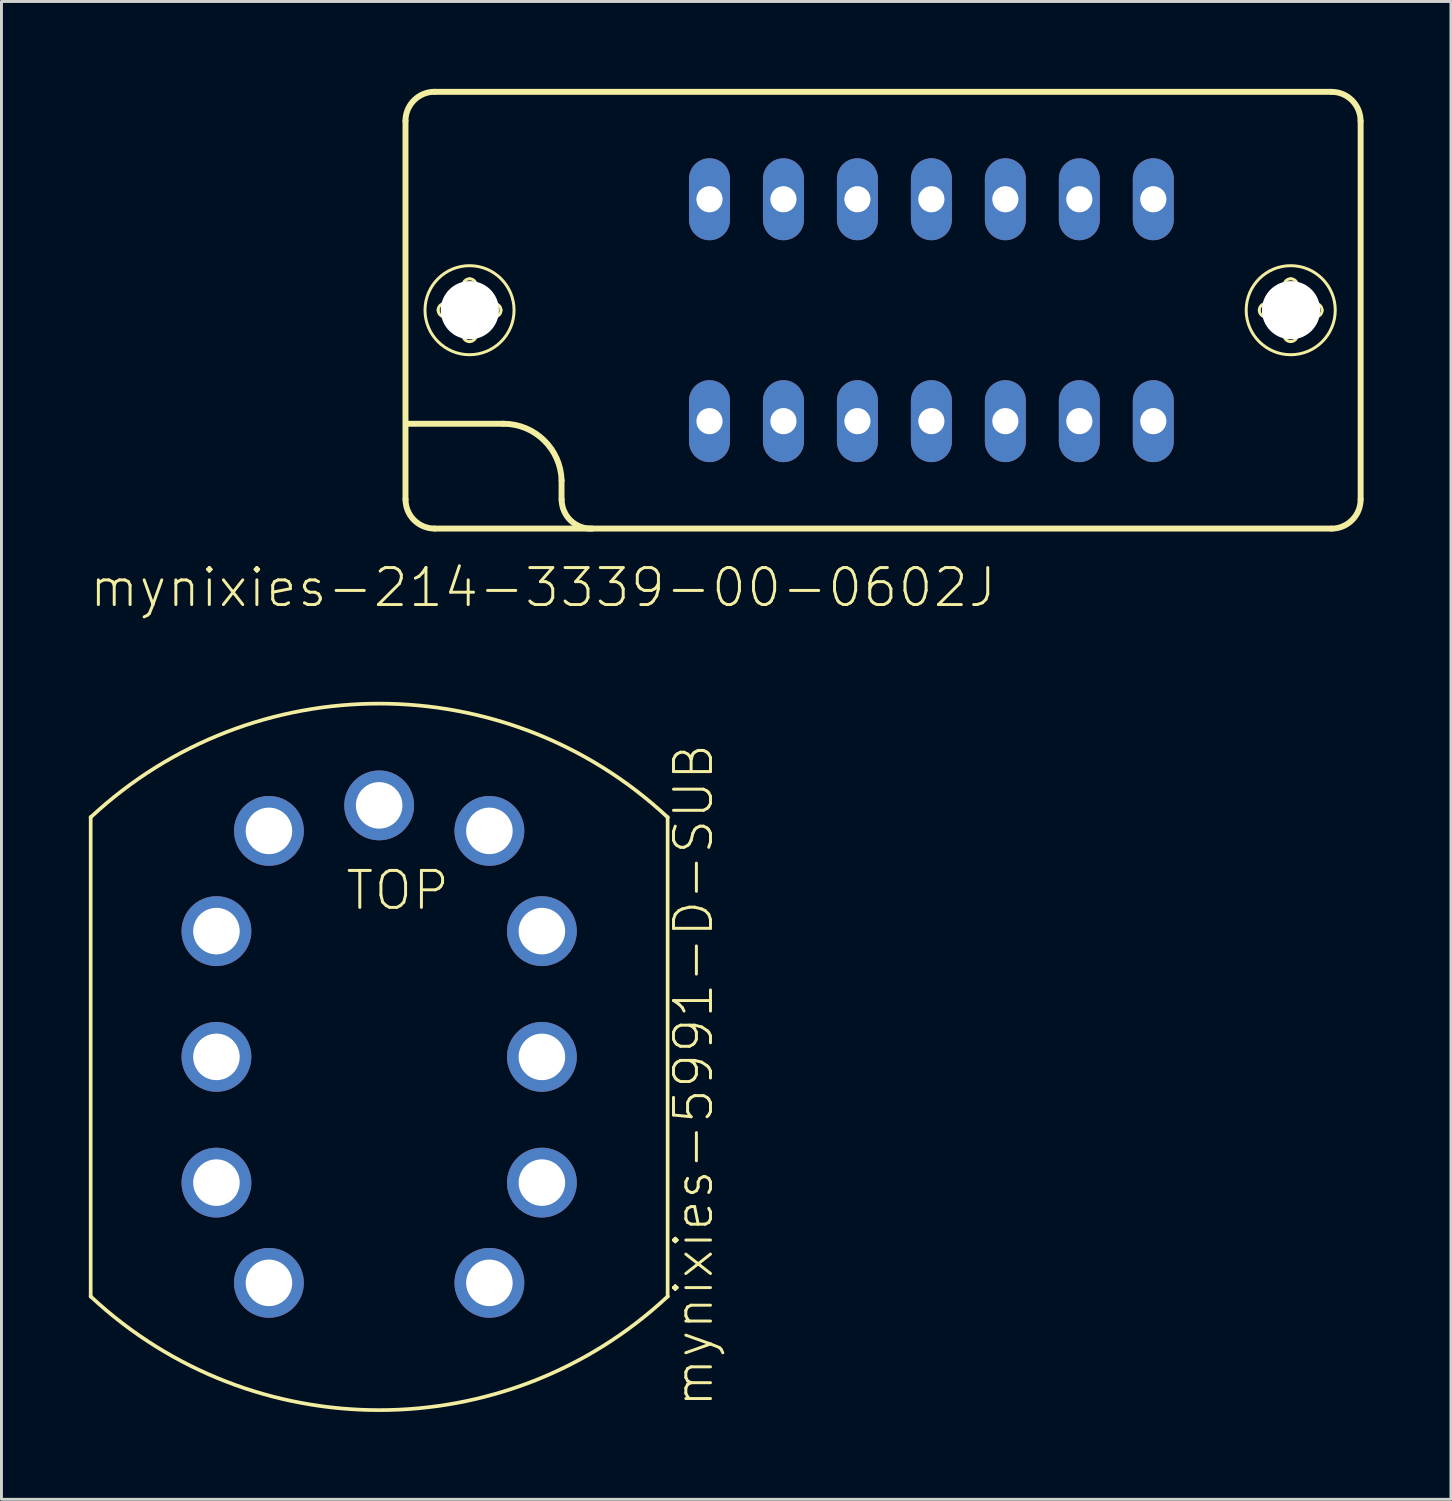
<source format=kicad_pcb>
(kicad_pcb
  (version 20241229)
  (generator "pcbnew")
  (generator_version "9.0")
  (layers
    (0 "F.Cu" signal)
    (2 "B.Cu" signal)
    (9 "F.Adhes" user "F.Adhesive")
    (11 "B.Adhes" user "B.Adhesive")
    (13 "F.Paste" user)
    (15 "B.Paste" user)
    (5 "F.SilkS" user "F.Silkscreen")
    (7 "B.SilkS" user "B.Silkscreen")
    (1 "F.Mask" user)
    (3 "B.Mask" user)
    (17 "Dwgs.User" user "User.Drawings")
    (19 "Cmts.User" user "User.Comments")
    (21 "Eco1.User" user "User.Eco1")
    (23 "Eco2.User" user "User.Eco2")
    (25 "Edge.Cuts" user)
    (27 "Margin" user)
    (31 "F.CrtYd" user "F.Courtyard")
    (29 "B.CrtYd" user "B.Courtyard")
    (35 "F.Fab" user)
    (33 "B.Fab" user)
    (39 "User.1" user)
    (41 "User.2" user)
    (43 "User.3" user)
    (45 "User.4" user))
  (footprint "mynixies-214-3339-00-0602J"
    (layer "F.Cu")
    (at 28.933 7.602)
    (property "Reference" "mynixies-214-3339-00-0602J" (at -13.335 9.525 0) (layer "F.SilkS") (effects (font (size 1.27 1.27) (thickness 0.102))))
    (attr exclude_from_pos_files exclude_from_bom)
    (fp_line (start -18.059 6.5) (end -18.059 -6.5) (stroke (width 0.203) (type solid)) (layer "F.SilkS"))
    (fp_line (start -17.948 3.899) (end -14.699 3.899) (stroke (width 0.203) (type solid)) (layer "F.SilkS"))
    (fp_line (start -17.059 -7.498) (end 13.739 -7.498) (stroke (width 0.203) (type solid)) (layer "F.SilkS"))
    (fp_line (start -16.708 -0.229) (end -16.159 -0.229) (stroke (width 0.102) (type solid)) (layer "F.SilkS"))
    (fp_line (start -16.17 0.229) (end -16.708 0.229) (stroke (width 0.102) (type solid)) (layer "F.SilkS"))
    (fp_line (start -16.088 -0.31) (end -16.088 -0.848) (stroke (width 0.102) (type solid)) (layer "F.SilkS"))
    (fp_line (start -16.088 0.848) (end -16.088 0.3) (stroke (width 0.102) (type solid)) (layer "F.SilkS"))
    (fp_line (start -15.629 -0.848) (end -15.629 -0.3) (stroke (width 0.102) (type solid)) (layer "F.SilkS"))
    (fp_line (start -15.629 0.31) (end -15.629 0.848) (stroke (width 0.102) (type solid)) (layer "F.SilkS"))
    (fp_line (start -15.55 -0.229) (end -15.009 -0.229) (stroke (width 0.102) (type solid)) (layer "F.SilkS"))
    (fp_line (start -15.009 0.229) (end -15.557 0.229) (stroke (width 0.102) (type solid)) (layer "F.SilkS"))
    (fp_line (start -12.7 5.85) (end -12.7 6.5) (stroke (width 0.203) (type solid)) (layer "F.SilkS"))
    (fp_line (start 11.488 -0.229) (end 12.04 -0.229) (stroke (width 0.102) (type solid)) (layer "F.SilkS"))
    (fp_line (start 12.029 0.229) (end 11.488 0.229) (stroke (width 0.102) (type solid)) (layer "F.SilkS"))
    (fp_line (start 12.108 -0.31) (end 12.108 -0.848) (stroke (width 0.102) (type solid)) (layer "F.SilkS"))
    (fp_line (start 12.108 0.848) (end 12.108 0.3) (stroke (width 0.102) (type solid)) (layer "F.SilkS"))
    (fp_line (start 12.568 -0.848) (end 12.568 -0.3) (stroke (width 0.102) (type solid)) (layer "F.SilkS"))
    (fp_line (start 12.568 0.31) (end 12.568 0.848) (stroke (width 0.102) (type solid)) (layer "F.SilkS"))
    (fp_line (start 12.649 -0.229) (end 13.188 -0.229) (stroke (width 0.102) (type solid)) (layer "F.SilkS"))
    (fp_line (start 13.188 0.229) (end 12.639 0.229) (stroke (width 0.102) (type solid)) (layer "F.SilkS"))
    (fp_line (start 13.739 7.498) (end -17.059 7.498) (stroke (width 0.203) (type solid)) (layer "F.SilkS"))
    (fp_line (start 14.74 -6.5) (end 14.74 6.5) (stroke (width 0.203) (type solid)) (layer "F.SilkS"))
    (fp_arc (start -18.0594 -6.49986) (mid -17.766284 -7.207504) (end -17.05864 -7.50062) (stroke (width 0.2032) (type solid)) (layer "F.SilkS"))
    (fp_arc (start -17.05864 7.49808) (mid -17.764488 7.205708) (end -18.05686 6.49986) (stroke (width 0.2032) (type solid)) (layer "F.SilkS"))
    (fp_arc (start -16.93926 0) (mid -16.871561 -0.163441) (end -16.70812 -0.23114) (stroke (width 0.1016) (type solid)) (layer "F.SilkS"))
    (fp_arc (start -16.70812 0.2286) (mid -16.869765 0.161645) (end -16.93672 0) (stroke (width 0.1016) (type solid)) (layer "F.SilkS"))
    (fp_arc (start -16.16964 0.2286) (mid -16.119351 0.249431) (end -16.09852 0.29972) (stroke (width 0.1016) (type solid)) (layer "F.SilkS"))
    (fp_arc (start -16.08836 -0.84836) (mid -16.021405 -1.010005) (end -15.85976 -1.07696) (stroke (width 0.1016) (type solid)) (layer "F.SilkS"))
    (fp_arc (start -16.08836 -0.29972) (mid -16.109191 -0.249431) (end -16.15948 -0.2286) (stroke (width 0.1016) (type solid)) (layer "F.SilkS"))
    (fp_arc (start -15.85976 -1.0795) (mid -15.696319 -1.011801) (end -15.62862 -0.84836) (stroke (width 0.1016) (type solid)) (layer "F.SilkS"))
    (fp_arc (start -15.85976 1.0795) (mid -16.023201 1.011801) (end -16.0909 0.84836) (stroke (width 0.1016) (type solid)) (layer "F.SilkS"))
    (fp_arc (start -15.62862 0.29972) (mid -15.607789 0.249431) (end -15.5575 0.2286) (stroke (width 0.1016) (type solid)) (layer "F.SilkS"))
    (fp_arc (start -15.62862 0.84836) (mid -15.696319 1.011801) (end -15.85976 1.0795) (stroke (width 0.1016) (type solid)) (layer "F.SilkS"))
    (fp_arc (start -15.5575 -0.2286) (mid -15.607789 -0.249431) (end -15.62862 -0.29972) (stroke (width 0.1016) (type solid)) (layer "F.SilkS"))
    (fp_arc (start -15.00886 -0.2286) (mid -14.847215 -0.161645) (end -14.78026 0) (stroke (width 0.1016) (type solid)) (layer "F.SilkS"))
    (fp_arc (start -14.77772 0) (mid -14.845419 0.163441) (end -15.00886 0.23114) (stroke (width 0.1016) (type solid)) (layer "F.SilkS"))
    (fp_arc (start -14.69898 3.8989) (mid -13.302339 4.466727) (end -12.698146 5.848026) (stroke (width 0.2032) (type solid)) (layer "F.SilkS"))
    (fp_arc (start -11.64844 7.49808) (mid -12.38567 7.223802) (end -12.696085 6.501044) (stroke (width 0.2032) (type solid)) (layer "F.SilkS"))
    (fp_arc (start 11.25982 0) (mid 11.326775 -0.161645) (end 11.48842 -0.2286) (stroke (width 0.1016) (type solid)) (layer "F.SilkS"))
    (fp_arc (start 11.48842 0.2286) (mid 11.326775 0.161645) (end 11.25982 0) (stroke (width 0.1016) (type solid)) (layer "F.SilkS"))
    (fp_arc (start 12.02944 0.2286) (mid 12.079729 0.249431) (end 12.10056 0.29972) (stroke (width 0.1016) (type solid)) (layer "F.SilkS"))
    (fp_arc (start 12.10818 -0.84836) (mid 12.175879 -1.011801) (end 12.33932 -1.0795) (stroke (width 0.1016) (type solid)) (layer "F.SilkS"))
    (fp_arc (start 12.10818 -0.29972) (mid 12.088093 -0.251227) (end 12.0396 -0.23114) (stroke (width 0.1016) (type solid)) (layer "F.SilkS"))
    (fp_arc (start 12.33932 -1.0795) (mid 12.502761 -1.011801) (end 12.57046 -0.84836) (stroke (width 0.1016) (type solid)) (layer "F.SilkS"))
    (fp_arc (start 12.33932 1.0795) (mid 12.175879 1.011801) (end 12.10818 0.84836) (stroke (width 0.1016) (type solid)) (layer "F.SilkS"))
    (fp_arc (start 12.56792 0.29972) (mid 12.588751 0.249431) (end 12.63904 0.2286) (stroke (width 0.1016) (type solid)) (layer "F.SilkS"))
    (fp_arc (start 12.56792 0.84836) (mid 12.500965 1.010005) (end 12.33932 1.07696) (stroke (width 0.1016) (type solid)) (layer "F.SilkS"))
    (fp_arc (start 12.63904 -0.2286) (mid 12.588751 -0.249431) (end 12.56792 -0.29972) (stroke (width 0.1016) (type solid)) (layer "F.SilkS"))
    (fp_arc (start 13.18768 -0.2286) (mid 13.349325 -0.161645) (end 13.41628 0) (stroke (width 0.1016) (type solid)) (layer "F.SilkS"))
    (fp_arc (start 13.41882 0) (mid 13.351121 0.163441) (end 13.18768 0.23114) (stroke (width 0.1016) (type solid)) (layer "F.SilkS"))
    (fp_arc (start 13.73886 -7.49808) (mid 14.444708 -7.205708) (end 14.73708 -6.49986) (stroke (width 0.2032) (type solid)) (layer "F.SilkS"))
    (fp_arc (start 14.73962 6.49986) (mid 14.446504 7.207504) (end 13.73886 7.50062) (stroke (width 0.2032) (type solid)) (layer "F.SilkS"))
    (fp_circle (center -15.86 0) (end -15.86 -1.529) (stroke (width 0.102) (type solid)) (fill no) (layer "F.SilkS"))
    (fp_circle (center 12.339 0) (end 12.339 -1.529) (stroke (width 0.102) (type solid)) (fill no) (layer "F.SilkS"))
    (pad "" np_thru_hole circle (at -15.85 0) (size 1.999 1.999) (drill 1.999) (layers "*.Cu" "*.Mask"))
    (pad "" np_thru_hole circle (at 12.349 0) (size 1.999 1.999) (drill 1.999) (layers "*.Cu" "*.Mask"))
    (pad "1" thru_hole oval (at -7.62 3.81 180) (size 1.407 2.814) (drill 0.899) (layers "*.Cu" "*.Mask"))
    (pad "2" thru_hole oval (at -5.08 3.81 180) (size 1.407 2.814) (drill 0.899) (layers "*.Cu" "*.Mask"))
    (pad "3" thru_hole oval (at -2.54 3.81 180) (size 1.407 2.814) (drill 0.899) (layers "*.Cu" "*.Mask"))
    (pad "4" thru_hole oval (at 0 3.81 180) (size 1.407 2.814) (drill 0.899) (layers "*.Cu" "*.Mask"))
    (pad "5" thru_hole oval (at 2.54 3.81 180) (size 1.407 2.814) (drill 0.899) (layers "*.Cu" "*.Mask"))
    (pad "6" thru_hole oval (at 5.08 3.81 180) (size 1.407 2.814) (drill 0.899) (layers "*.Cu" "*.Mask"))
    (pad "7" thru_hole oval (at 7.62 3.81 180) (size 1.407 2.814) (drill 0.899) (layers "*.Cu" "*.Mask"))
    (pad "8" thru_hole oval (at 7.62 -3.81 180) (size 1.407 2.814) (drill 0.899) (layers "*.Cu" "*.Mask"))
    (pad "9" thru_hole oval (at 5.08 -3.81 180) (size 1.407 2.814) (drill 0.899) (layers "*.Cu" "*.Mask"))
    (pad "10" thru_hole oval (at 2.54 -3.81 180) (size 1.407 2.814) (drill 0.899) (layers "*.Cu" "*.Mask"))
    (pad "11" thru_hole oval (at 0 -3.81 180) (size 1.407 2.814) (drill 0.899) (layers "*.Cu" "*.Mask"))
    (pad "12" thru_hole oval (at -2.54 -3.81 180) (size 1.407 2.814) (drill 0.899) (layers "*.Cu" "*.Mask"))
    (pad "13" thru_hole oval (at -5.08 -3.81 180) (size 1.407 2.814) (drill 0.899) (layers "*.Cu" "*.Mask"))
    (pad "14" thru_hole oval (at -7.62 -3.81 180) (size 1.407 2.814) (drill 0.899) (layers "*.Cu" "*.Mask")))
  (footprint "mynixies-5991-D-SUB"
    (layer "F.Cu")
    (at 9.97 33.242)
    (property "Reference" "mynixies-5991-D-SUB" (at 10.795 0.635 270) (layer "F.SilkS") (effects (font (size 1.27 1.27) (thickness 0.102))))
    (attr exclude_from_pos_files exclude_from_bom)
    (fp_line (start -9.906 -8.227) (end -9.906 -8.227) (stroke (width 0.127) (type solid)) (layer "F.SilkS"))
    (fp_line (start -9.906 -8.227) (end -9.906 8.227) (stroke (width 0.127) (type solid)) (layer "F.SilkS"))
    (fp_line (start -9.906 8.227) (end -9.906 8.227) (stroke (width 0.127) (type solid)) (layer "F.SilkS"))
    (fp_line (start 9.906 -8.227) (end 9.906 -8.227) (stroke (width 0.127) (type solid)) (layer "F.SilkS"))
    (fp_line (start 9.906 -8.227) (end 9.906 8.227) (stroke (width 0.127) (type solid)) (layer "F.SilkS"))
    (fp_line (start 9.906 8.227) (end 9.906 8.227) (stroke (width 0.127) (type solid)) (layer "F.SilkS"))
    (fp_arc (start -9.906 -8.22706) (mid -0.002145 -12.129982) (end 9.902863 -8.229985) (stroke (width 0.127) (type solid)) (layer "F.SilkS"))
    (fp_arc (start 9.906 8.22706) (mid 0.002145 12.129982) (end -9.902863 8.229985) (stroke (width 0.127) (type solid)) (layer "F.SilkS"))
    (fp_text user "TOP" (at 0.635 -5.715 0) (layer "F.SilkS") (effects (font (size 1.27 1.27) (thickness 0.102))))
    (pad "0" thru_hole circle (at 5.588 4.318) (size 2.398 2.398) (drill 1.598) (layers "*.Cu" "*.Mask"))
    (pad "1" thru_hole circle (at -3.785 7.76) (size 2.398 2.398) (drill 1.598) (layers "*.Cu" "*.Mask"))
    (pad "2" thru_hole circle (at -5.588 4.318) (size 2.398 2.398) (drill 1.598) (layers "*.Cu" "*.Mask"))
    (pad "3" thru_hole circle (at -5.588 0) (size 2.398 2.398) (drill 1.598) (layers "*.Cu" "*.Mask"))
    (pad "4" thru_hole circle (at -5.588 -4.318) (size 2.398 2.398) (drill 1.598) (layers "*.Cu" "*.Mask"))
    (pad "5" thru_hole circle (at -3.785 -7.76) (size 2.398 2.398) (drill 1.598) (layers "*.Cu" "*.Mask"))
    (pad "6" thru_hole circle (at 0 -8.636) (size 2.398 2.398) (drill 1.598) (layers "*.Cu" "*.Mask"))
    (pad "7" thru_hole circle (at 3.785 -7.76) (size 2.398 2.398) (drill 1.598) (layers "*.Cu" "*.Mask"))
    (pad "8" thru_hole circle (at 5.588 -4.318) (size 2.398 2.398) (drill 1.598) (layers "*.Cu" "*.Mask"))
    (pad "9" thru_hole circle (at 5.588 0) (size 2.398 2.398) (drill 1.598) (layers "*.Cu" "*.Mask"))
    (pad "A" thru_hole circle (at 3.785 7.76) (size 2.398 2.398) (drill 1.598) (layers "*.Cu" "*.Mask")))
  (gr_rect
    (start -3 -3)
    (end 46.774 48.435)
    (stroke (width 0.1) (type default))
    (fill no)
    (layer "Edge.Cuts")))
</source>
